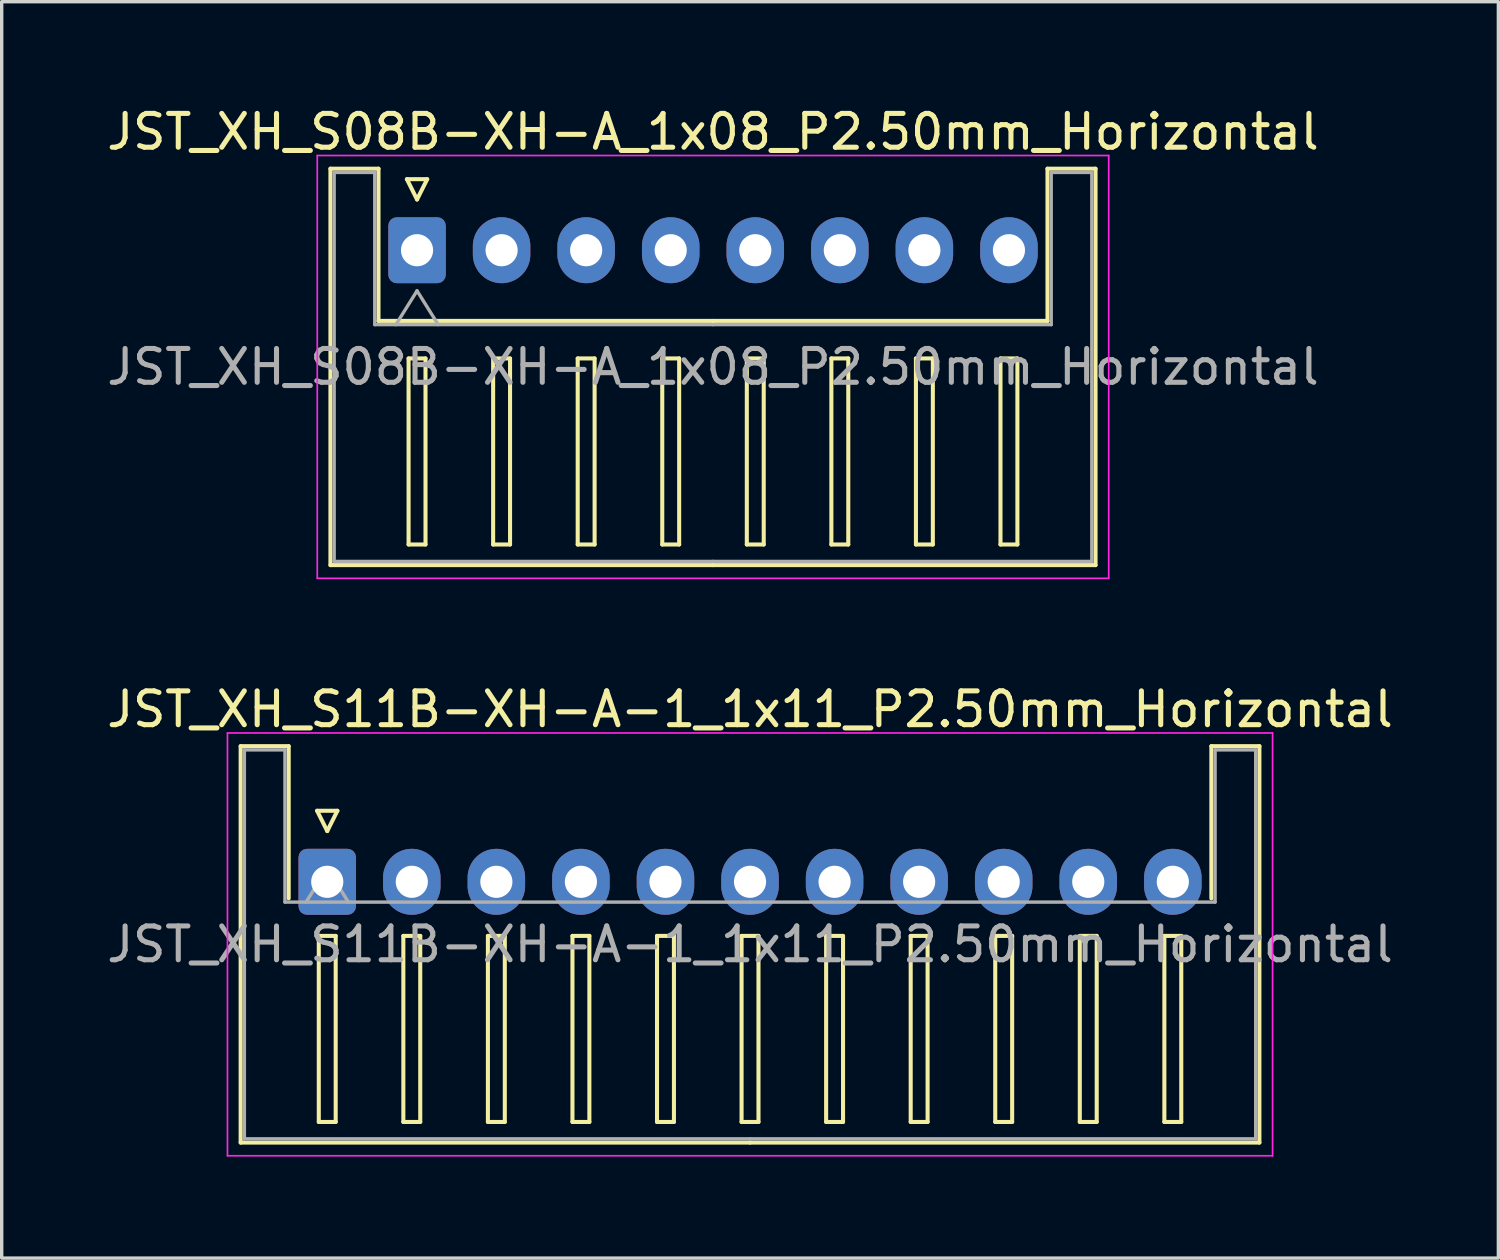
<source format=kicad_pcb>
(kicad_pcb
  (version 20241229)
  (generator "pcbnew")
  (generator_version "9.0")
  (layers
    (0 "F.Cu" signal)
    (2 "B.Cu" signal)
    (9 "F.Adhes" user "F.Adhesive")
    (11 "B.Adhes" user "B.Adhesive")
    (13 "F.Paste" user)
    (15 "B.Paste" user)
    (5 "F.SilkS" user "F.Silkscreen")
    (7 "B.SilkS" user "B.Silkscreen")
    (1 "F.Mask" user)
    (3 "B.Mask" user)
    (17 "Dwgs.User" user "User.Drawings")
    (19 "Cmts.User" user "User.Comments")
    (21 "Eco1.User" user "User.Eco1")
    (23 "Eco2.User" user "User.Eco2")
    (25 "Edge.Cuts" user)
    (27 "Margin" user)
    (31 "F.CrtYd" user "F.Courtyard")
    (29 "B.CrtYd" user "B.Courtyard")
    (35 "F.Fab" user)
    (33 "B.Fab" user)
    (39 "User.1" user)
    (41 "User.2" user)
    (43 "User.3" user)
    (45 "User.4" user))
  (footprint "JST_XH_S11B-XH-A-1_1x11_P2.50mm_Horizontal"
    (layer "F.Cu")
    (at 6.625 23.021)
    (property "Reference" "JST_XH_S11B-XH-A-1_1x11_P2.50mm_Horizontal" (at 12.5 -5.1 0) (layer "F.SilkS") (effects (font (size 1 1) (thickness 0.15))))
    (attr through_hole)
    (fp_line (start -2.56 -4.01) (end -1.14 -4.01) (stroke (width 0.12) (type solid)) (layer "F.SilkS"))
    (fp_line (start -2.56 7.71) (end -2.56 -4.01) (stroke (width 0.12) (type solid)) (layer "F.SilkS"))
    (fp_line (start -1.14 -4.01) (end -1.14 0.49) (stroke (width 0.12) (type solid)) (layer "F.SilkS"))
    (fp_line (start -0.3 -2.1) (end 0.3 -2.1) (stroke (width 0.12) (type solid)) (layer "F.SilkS"))
    (fp_line (start -0.25 1.6) (end -0.25 7.1) (stroke (width 0.12) (type solid)) (layer "F.SilkS"))
    (fp_line (start -0.25 7.1) (end 0.25 7.1) (stroke (width 0.12) (type solid)) (layer "F.SilkS"))
    (fp_line (start 0 -1.5) (end -0.3 -2.1) (stroke (width 0.12) (type solid)) (layer "F.SilkS"))
    (fp_line (start 0.25 1.6) (end -0.25 1.6) (stroke (width 0.12) (type solid)) (layer "F.SilkS"))
    (fp_line (start 0.25 7.1) (end 0.25 1.6) (stroke (width 0.12) (type solid)) (layer "F.SilkS"))
    (fp_line (start 0.3 -2.1) (end 0 -1.5) (stroke (width 0.12) (type solid)) (layer "F.SilkS"))
    (fp_line (start 2.25 1.6) (end 2.25 7.1) (stroke (width 0.12) (type solid)) (layer "F.SilkS"))
    (fp_line (start 2.25 7.1) (end 2.75 7.1) (stroke (width 0.12) (type solid)) (layer "F.SilkS"))
    (fp_line (start 2.75 1.6) (end 2.25 1.6) (stroke (width 0.12) (type solid)) (layer "F.SilkS"))
    (fp_line (start 2.75 7.1) (end 2.75 1.6) (stroke (width 0.12) (type solid)) (layer "F.SilkS"))
    (fp_line (start 4.75 1.6) (end 4.75 7.1) (stroke (width 0.12) (type solid)) (layer "F.SilkS"))
    (fp_line (start 4.75 7.1) (end 5.25 7.1) (stroke (width 0.12) (type solid)) (layer "F.SilkS"))
    (fp_line (start 5.25 1.6) (end 4.75 1.6) (stroke (width 0.12) (type solid)) (layer "F.SilkS"))
    (fp_line (start 5.25 7.1) (end 5.25 1.6) (stroke (width 0.12) (type solid)) (layer "F.SilkS"))
    (fp_line (start 7.25 1.6) (end 7.25 7.1) (stroke (width 0.12) (type solid)) (layer "F.SilkS"))
    (fp_line (start 7.25 7.1) (end 7.75 7.1) (stroke (width 0.12) (type solid)) (layer "F.SilkS"))
    (fp_line (start 7.75 1.6) (end 7.25 1.6) (stroke (width 0.12) (type solid)) (layer "F.SilkS"))
    (fp_line (start 7.75 7.1) (end 7.75 1.6) (stroke (width 0.12) (type solid)) (layer "F.SilkS"))
    (fp_line (start 9.75 1.6) (end 9.75 7.1) (stroke (width 0.12) (type solid)) (layer "F.SilkS"))
    (fp_line (start 9.75 7.1) (end 10.25 7.1) (stroke (width 0.12) (type solid)) (layer "F.SilkS"))
    (fp_line (start 10.25 1.6) (end 9.75 1.6) (stroke (width 0.12) (type solid)) (layer "F.SilkS"))
    (fp_line (start 10.25 7.1) (end 10.25 1.6) (stroke (width 0.12) (type solid)) (layer "F.SilkS"))
    (fp_line (start 12.25 1.6) (end 12.25 7.1) (stroke (width 0.12) (type solid)) (layer "F.SilkS"))
    (fp_line (start 12.25 7.1) (end 12.75 7.1) (stroke (width 0.12) (type solid)) (layer "F.SilkS"))
    (fp_line (start 12.5 7.71) (end -2.56 7.71) (stroke (width 0.12) (type solid)) (layer "F.SilkS"))
    (fp_line (start 12.5 7.71) (end 27.56 7.71) (stroke (width 0.12) (type solid)) (layer "F.SilkS"))
    (fp_line (start 12.75 1.6) (end 12.25 1.6) (stroke (width 0.12) (type solid)) (layer "F.SilkS"))
    (fp_line (start 12.75 7.1) (end 12.75 1.6) (stroke (width 0.12) (type solid)) (layer "F.SilkS"))
    (fp_line (start 14.75 1.6) (end 14.75 7.1) (stroke (width 0.12) (type solid)) (layer "F.SilkS"))
    (fp_line (start 14.75 7.1) (end 15.25 7.1) (stroke (width 0.12) (type solid)) (layer "F.SilkS"))
    (fp_line (start 15.25 1.6) (end 14.75 1.6) (stroke (width 0.12) (type solid)) (layer "F.SilkS"))
    (fp_line (start 15.25 7.1) (end 15.25 1.6) (stroke (width 0.12) (type solid)) (layer "F.SilkS"))
    (fp_line (start 17.25 1.6) (end 17.25 7.1) (stroke (width 0.12) (type solid)) (layer "F.SilkS"))
    (fp_line (start 17.25 7.1) (end 17.75 7.1) (stroke (width 0.12) (type solid)) (layer "F.SilkS"))
    (fp_line (start 17.75 1.6) (end 17.25 1.6) (stroke (width 0.12) (type solid)) (layer "F.SilkS"))
    (fp_line (start 17.75 7.1) (end 17.75 1.6) (stroke (width 0.12) (type solid)) (layer "F.SilkS"))
    (fp_line (start 19.75 1.6) (end 19.75 7.1) (stroke (width 0.12) (type solid)) (layer "F.SilkS"))
    (fp_line (start 19.75 7.1) (end 20.25 7.1) (stroke (width 0.12) (type solid)) (layer "F.SilkS"))
    (fp_line (start 20.25 1.6) (end 19.75 1.6) (stroke (width 0.12) (type solid)) (layer "F.SilkS"))
    (fp_line (start 20.25 7.1) (end 20.25 1.6) (stroke (width 0.12) (type solid)) (layer "F.SilkS"))
    (fp_line (start 22.25 1.6) (end 22.25 7.1) (stroke (width 0.12) (type solid)) (layer "F.SilkS"))
    (fp_line (start 22.25 7.1) (end 22.75 7.1) (stroke (width 0.12) (type solid)) (layer "F.SilkS"))
    (fp_line (start 22.75 1.6) (end 22.25 1.6) (stroke (width 0.12) (type solid)) (layer "F.SilkS"))
    (fp_line (start 22.75 7.1) (end 22.75 1.6) (stroke (width 0.12) (type solid)) (layer "F.SilkS"))
    (fp_line (start 24.75 1.6) (end 24.75 7.1) (stroke (width 0.12) (type solid)) (layer "F.SilkS"))
    (fp_line (start 24.75 7.1) (end 25.25 7.1) (stroke (width 0.12) (type solid)) (layer "F.SilkS"))
    (fp_line (start 25.25 1.6) (end 24.75 1.6) (stroke (width 0.12) (type solid)) (layer "F.SilkS"))
    (fp_line (start 25.25 7.1) (end 25.25 1.6) (stroke (width 0.12) (type solid)) (layer "F.SilkS"))
    (fp_line (start 26.14 -4.01) (end 26.14 0.49) (stroke (width 0.12) (type solid)) (layer "F.SilkS"))
    (fp_line (start 27.56 -4.01) (end 26.14 -4.01) (stroke (width 0.12) (type solid)) (layer "F.SilkS"))
    (fp_line (start 27.56 7.71) (end 27.56 -4.01) (stroke (width 0.12) (type solid)) (layer "F.SilkS"))
    (fp_line (start -2.95 -4.4) (end -2.95 8.1) (stroke (width 0.05) (type solid)) (layer "F.CrtYd"))
    (fp_line (start -2.95 8.1) (end 27.95 8.1) (stroke (width 0.05) (type solid)) (layer "F.CrtYd"))
    (fp_line (start 27.95 -4.4) (end -2.95 -4.4) (stroke (width 0.05) (type solid)) (layer "F.CrtYd"))
    (fp_line (start 27.95 8.1) (end 27.95 -4.4) (stroke (width 0.05) (type solid)) (layer "F.CrtYd"))
    (fp_line (start -2.45 -3.9) (end -1.25 -3.9) (stroke (width 0.1) (type solid)) (layer "F.Fab"))
    (fp_line (start -2.45 7.6) (end -2.45 -3.9) (stroke (width 0.1) (type solid)) (layer "F.Fab"))
    (fp_line (start -1.25 -3.9) (end -1.25 0.6) (stroke (width 0.1) (type solid)) (layer "F.Fab"))
    (fp_line (start -1.25 0.6) (end 12.5 0.6) (stroke (width 0.1) (type solid)) (layer "F.Fab"))
    (fp_line (start -0.625 0.6) (end 0 -0.4) (stroke (width 0.1) (type solid)) (layer "F.Fab"))
    (fp_line (start 0 -0.4) (end 0.625 0.6) (stroke (width 0.1) (type solid)) (layer "F.Fab"))
    (fp_line (start 12.5 7.6) (end -2.45 7.6) (stroke (width 0.1) (type solid)) (layer "F.Fab"))
    (fp_line (start 12.5 7.6) (end 27.45 7.6) (stroke (width 0.1) (type solid)) (layer "F.Fab"))
    (fp_line (start 26.25 -3.9) (end 26.25 0.6) (stroke (width 0.1) (type solid)) (layer "F.Fab"))
    (fp_line (start 26.25 0.6) (end 12.5 0.6) (stroke (width 0.1) (type solid)) (layer "F.Fab"))
    (fp_line (start 27.45 -3.9) (end 26.25 -3.9) (stroke (width 0.1) (type solid)) (layer "F.Fab"))
    (fp_line (start 27.45 7.6) (end 27.45 -3.9) (stroke (width 0.1) (type solid)) (layer "F.Fab"))
    (fp_text user "${REFERENCE}" (at 12.5 1.85 0) (layer "F.Fab") (effects (font (size 1 1) (thickness 0.15))))
    (pad "1" thru_hole roundrect (at 0 0) (size 1.7 1.95) (drill 0.95) (layers "*.Cu" "*.Mask") (roundrect_rratio 0.147))
    (pad "2" thru_hole oval (at 2.5 0) (size 1.7 1.95) (drill 0.95) (layers "*.Cu" "*.Mask"))
    (pad "3" thru_hole oval (at 5 0) (size 1.7 1.95) (drill 0.95) (layers "*.Cu" "*.Mask"))
    (pad "4" thru_hole oval (at 7.5 0) (size 1.7 1.95) (drill 0.95) (layers "*.Cu" "*.Mask"))
    (pad "5" thru_hole oval (at 10 0) (size 1.7 1.95) (drill 0.95) (layers "*.Cu" "*.Mask"))
    (pad "6" thru_hole oval (at 12.5 0) (size 1.7 1.95) (drill 0.95) (layers "*.Cu" "*.Mask"))
    (pad "7" thru_hole oval (at 15 0) (size 1.7 1.95) (drill 0.95) (layers "*.Cu" "*.Mask"))
    (pad "8" thru_hole oval (at 17.5 0) (size 1.7 1.95) (drill 0.95) (layers "*.Cu" "*.Mask"))
    (pad "9" thru_hole oval (at 20 0) (size 1.7 1.95) (drill 0.95) (layers "*.Cu" "*.Mask"))
    (pad "10" thru_hole oval (at 22.5 0) (size 1.7 1.95) (drill 0.95) (layers "*.Cu" "*.Mask"))
    (pad "11" thru_hole oval (at 25 0) (size 1.7 1.95) (drill 0.95) (layers "*.Cu" "*.Mask")))
  (footprint "JST_XH_S08B-XH-A_1x08_P2.50mm_Horizontal"
    (layer "F.Cu")
    (at 9.28 4.348)
    (property "Reference" "JST_XH_S08B-XH-A_1x08_P2.50mm_Horizontal" (at 8.75 -3.5 0) (layer "F.SilkS") (effects (font (size 1 1) (thickness 0.15))))
    (attr through_hole)
    (fp_line (start -2.56 -2.41) (end -1.14 -2.41) (stroke (width 0.12) (type solid)) (layer "F.SilkS"))
    (fp_line (start -2.56 9.31) (end -2.56 -2.41) (stroke (width 0.12) (type solid)) (layer "F.SilkS"))
    (fp_line (start -1.14 -2.41) (end -1.14 2.09) (stroke (width 0.12) (type solid)) (layer "F.SilkS"))
    (fp_line (start -1.14 2.09) (end 8.75 2.09) (stroke (width 0.12) (type solid)) (layer "F.SilkS"))
    (fp_line (start -0.3 -2.1) (end 0.3 -2.1) (stroke (width 0.12) (type solid)) (layer "F.SilkS"))
    (fp_line (start -0.25 3.2) (end -0.25 8.7) (stroke (width 0.12) (type solid)) (layer "F.SilkS"))
    (fp_line (start -0.25 8.7) (end 0.25 8.7) (stroke (width 0.12) (type solid)) (layer "F.SilkS"))
    (fp_line (start 0 -1.5) (end -0.3 -2.1) (stroke (width 0.12) (type solid)) (layer "F.SilkS"))
    (fp_line (start 0.25 3.2) (end -0.25 3.2) (stroke (width 0.12) (type solid)) (layer "F.SilkS"))
    (fp_line (start 0.25 8.7) (end 0.25 3.2) (stroke (width 0.12) (type solid)) (layer "F.SilkS"))
    (fp_line (start 0.3 -2.1) (end 0 -1.5) (stroke (width 0.12) (type solid)) (layer "F.SilkS"))
    (fp_line (start 2.25 3.2) (end 2.25 8.7) (stroke (width 0.12) (type solid)) (layer "F.SilkS"))
    (fp_line (start 2.25 8.7) (end 2.75 8.7) (stroke (width 0.12) (type solid)) (layer "F.SilkS"))
    (fp_line (start 2.75 3.2) (end 2.25 3.2) (stroke (width 0.12) (type solid)) (layer "F.SilkS"))
    (fp_line (start 2.75 8.7) (end 2.75 3.2) (stroke (width 0.12) (type solid)) (layer "F.SilkS"))
    (fp_line (start 4.75 3.2) (end 4.75 8.7) (stroke (width 0.12) (type solid)) (layer "F.SilkS"))
    (fp_line (start 4.75 8.7) (end 5.25 8.7) (stroke (width 0.12) (type solid)) (layer "F.SilkS"))
    (fp_line (start 5.25 3.2) (end 4.75 3.2) (stroke (width 0.12) (type solid)) (layer "F.SilkS"))
    (fp_line (start 5.25 8.7) (end 5.25 3.2) (stroke (width 0.12) (type solid)) (layer "F.SilkS"))
    (fp_line (start 7.25 3.2) (end 7.25 8.7) (stroke (width 0.12) (type solid)) (layer "F.SilkS"))
    (fp_line (start 7.25 8.7) (end 7.75 8.7) (stroke (width 0.12) (type solid)) (layer "F.SilkS"))
    (fp_line (start 7.75 3.2) (end 7.25 3.2) (stroke (width 0.12) (type solid)) (layer "F.SilkS"))
    (fp_line (start 7.75 8.7) (end 7.75 3.2) (stroke (width 0.12) (type solid)) (layer "F.SilkS"))
    (fp_line (start 8.75 9.31) (end -2.56 9.31) (stroke (width 0.12) (type solid)) (layer "F.SilkS"))
    (fp_line (start 8.75 9.31) (end 20.06 9.31) (stroke (width 0.12) (type solid)) (layer "F.SilkS"))
    (fp_line (start 9.75 3.2) (end 9.75 8.7) (stroke (width 0.12) (type solid)) (layer "F.SilkS"))
    (fp_line (start 9.75 8.7) (end 10.25 8.7) (stroke (width 0.12) (type solid)) (layer "F.SilkS"))
    (fp_line (start 10.25 3.2) (end 9.75 3.2) (stroke (width 0.12) (type solid)) (layer "F.SilkS"))
    (fp_line (start 10.25 8.7) (end 10.25 3.2) (stroke (width 0.12) (type solid)) (layer "F.SilkS"))
    (fp_line (start 12.25 3.2) (end 12.25 8.7) (stroke (width 0.12) (type solid)) (layer "F.SilkS"))
    (fp_line (start 12.25 8.7) (end 12.75 8.7) (stroke (width 0.12) (type solid)) (layer "F.SilkS"))
    (fp_line (start 12.75 3.2) (end 12.25 3.2) (stroke (width 0.12) (type solid)) (layer "F.SilkS"))
    (fp_line (start 12.75 8.7) (end 12.75 3.2) (stroke (width 0.12) (type solid)) (layer "F.SilkS"))
    (fp_line (start 14.75 3.2) (end 14.75 8.7) (stroke (width 0.12) (type solid)) (layer "F.SilkS"))
    (fp_line (start 14.75 8.7) (end 15.25 8.7) (stroke (width 0.12) (type solid)) (layer "F.SilkS"))
    (fp_line (start 15.25 3.2) (end 14.75 3.2) (stroke (width 0.12) (type solid)) (layer "F.SilkS"))
    (fp_line (start 15.25 8.7) (end 15.25 3.2) (stroke (width 0.12) (type solid)) (layer "F.SilkS"))
    (fp_line (start 17.25 3.2) (end 17.25 8.7) (stroke (width 0.12) (type solid)) (layer "F.SilkS"))
    (fp_line (start 17.25 8.7) (end 17.75 8.7) (stroke (width 0.12) (type solid)) (layer "F.SilkS"))
    (fp_line (start 17.75 3.2) (end 17.25 3.2) (stroke (width 0.12) (type solid)) (layer "F.SilkS"))
    (fp_line (start 17.75 8.7) (end 17.75 3.2) (stroke (width 0.12) (type solid)) (layer "F.SilkS"))
    (fp_line (start 18.64 -2.41) (end 18.64 2.09) (stroke (width 0.12) (type solid)) (layer "F.SilkS"))
    (fp_line (start 18.64 2.09) (end 8.75 2.09) (stroke (width 0.12) (type solid)) (layer "F.SilkS"))
    (fp_line (start 20.06 -2.41) (end 18.64 -2.41) (stroke (width 0.12) (type solid)) (layer "F.SilkS"))
    (fp_line (start 20.06 9.31) (end 20.06 -2.41) (stroke (width 0.12) (type solid)) (layer "F.SilkS"))
    (fp_line (start -2.95 -2.8) (end -2.95 9.7) (stroke (width 0.05) (type solid)) (layer "F.CrtYd"))
    (fp_line (start -2.95 9.7) (end 20.45 9.7) (stroke (width 0.05) (type solid)) (layer "F.CrtYd"))
    (fp_line (start 20.45 -2.8) (end -2.95 -2.8) (stroke (width 0.05) (type solid)) (layer "F.CrtYd"))
    (fp_line (start 20.45 9.7) (end 20.45 -2.8) (stroke (width 0.05) (type solid)) (layer "F.CrtYd"))
    (fp_line (start -2.45 -2.3) (end -1.25 -2.3) (stroke (width 0.1) (type solid)) (layer "F.Fab"))
    (fp_line (start -2.45 9.2) (end -2.45 -2.3) (stroke (width 0.1) (type solid)) (layer "F.Fab"))
    (fp_line (start -1.25 -2.3) (end -1.25 2.2) (stroke (width 0.1) (type solid)) (layer "F.Fab"))
    (fp_line (start -1.25 2.2) (end 8.75 2.2) (stroke (width 0.1) (type solid)) (layer "F.Fab"))
    (fp_line (start -0.625 2.2) (end 0 1.2) (stroke (width 0.1) (type solid)) (layer "F.Fab"))
    (fp_line (start 0 1.2) (end 0.625 2.2) (stroke (width 0.1) (type solid)) (layer "F.Fab"))
    (fp_line (start 8.75 9.2) (end -2.45 9.2) (stroke (width 0.1) (type solid)) (layer "F.Fab"))
    (fp_line (start 8.75 9.2) (end 19.95 9.2) (stroke (width 0.1) (type solid)) (layer "F.Fab"))
    (fp_line (start 18.75 -2.3) (end 18.75 2.2) (stroke (width 0.1) (type solid)) (layer "F.Fab"))
    (fp_line (start 18.75 2.2) (end 8.75 2.2) (stroke (width 0.1) (type solid)) (layer "F.Fab"))
    (fp_line (start 19.95 -2.3) (end 18.75 -2.3) (stroke (width 0.1) (type solid)) (layer "F.Fab"))
    (fp_line (start 19.95 9.2) (end 19.95 -2.3) (stroke (width 0.1) (type solid)) (layer "F.Fab"))
    (fp_text user "${REFERENCE}" (at 8.75 3.45 0) (layer "F.Fab") (effects (font (size 1 1) (thickness 0.15))))
    (pad "1" thru_hole roundrect (at 0 0) (size 1.7 1.95) (drill 0.95) (layers "*.Cu" "*.Mask") (roundrect_rratio 0.147))
    (pad "2" thru_hole oval (at 2.5 0) (size 1.7 1.95) (drill 0.95) (layers "*.Cu" "*.Mask"))
    (pad "3" thru_hole oval (at 5 0) (size 1.7 1.95) (drill 0.95) (layers "*.Cu" "*.Mask"))
    (pad "4" thru_hole oval (at 7.5 0) (size 1.7 1.95) (drill 0.95) (layers "*.Cu" "*.Mask"))
    (pad "5" thru_hole oval (at 10 0) (size 1.7 1.95) (drill 0.95) (layers "*.Cu" "*.Mask"))
    (pad "6" thru_hole oval (at 12.5 0) (size 1.7 1.95) (drill 0.95) (layers "*.Cu" "*.Mask"))
    (pad "7" thru_hole oval (at 15 0) (size 1.7 1.95) (drill 0.95) (layers "*.Cu" "*.Mask"))
    (pad "8" thru_hole oval (at 17.5 0) (size 1.7 1.95) (drill 0.95) (layers "*.Cu" "*.Mask")))
  (gr_rect
    (start -3 -3)
    (end 41.25 34.147)
    (stroke (width 0.1) (type default))
    (fill no)
    (layer "Edge.Cuts")))
</source>
